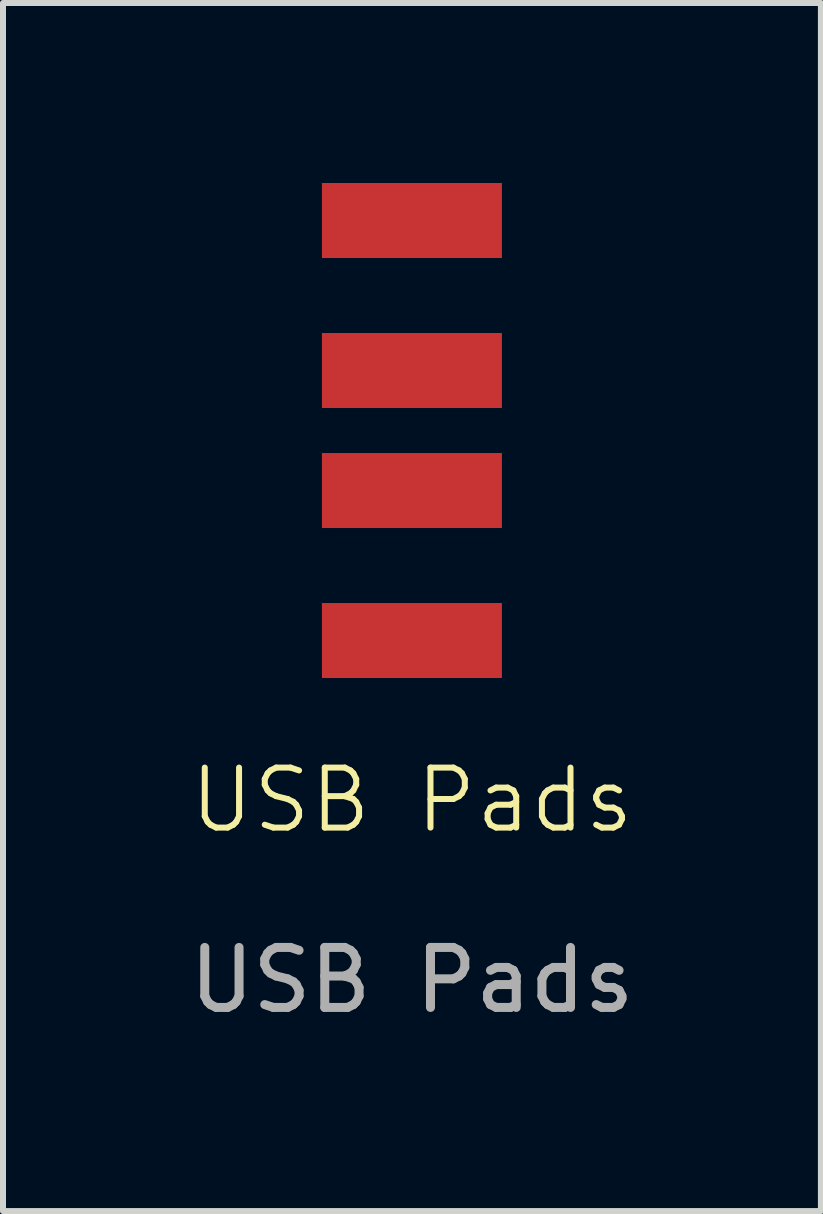
<source format=kicad_pcb>
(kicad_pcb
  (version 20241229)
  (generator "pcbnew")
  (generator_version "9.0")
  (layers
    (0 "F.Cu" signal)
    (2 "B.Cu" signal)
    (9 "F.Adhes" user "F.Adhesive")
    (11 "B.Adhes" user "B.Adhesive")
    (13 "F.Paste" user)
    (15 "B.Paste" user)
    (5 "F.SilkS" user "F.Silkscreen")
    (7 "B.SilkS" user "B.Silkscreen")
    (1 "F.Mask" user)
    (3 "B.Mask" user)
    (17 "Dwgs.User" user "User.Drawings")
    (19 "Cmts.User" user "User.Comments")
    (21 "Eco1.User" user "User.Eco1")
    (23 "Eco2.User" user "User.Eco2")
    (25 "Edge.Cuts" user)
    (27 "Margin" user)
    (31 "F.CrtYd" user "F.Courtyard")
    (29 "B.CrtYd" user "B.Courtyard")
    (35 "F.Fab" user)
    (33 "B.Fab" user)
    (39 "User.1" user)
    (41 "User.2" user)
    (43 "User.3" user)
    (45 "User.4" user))
  (footprint "USB Pads"
    (layer "F.Cu")
    (at 3.815 4.125)
    (property "Reference" "USB Pads" (at 0 6.16 0) (unlocked yes) (layer "F.SilkS") (effects (font (size 1 1) (thickness 0.1))))
    (attr smd)
    (fp_text user "${REFERENCE}" (at 0 9.16 0) (unlocked yes) (layer "F.Fab") (effects (font (size 1 1) (thickness 0.15))))
    (pad "1" smd rect (at 0 3.5 90) (size 1.25 3) (layers "F.Cu" "F.Mask" "F.Paste"))
    (pad "2" smd rect (at 0 1 90) (size 1.25 3) (layers "F.Cu" "F.Mask" "F.Paste"))
    (pad "3" smd rect (at 0 -1 90) (size 1.25 3) (layers "F.Cu" "F.Mask" "F.Paste"))
    (pad "4" smd rect (at 0 -3.5 90) (size 1.25 3) (layers "F.Cu" "F.Mask" "F.Paste")))
  (gr_rect
    (start -3 -3)
    (end 10.631 17.133)
    (stroke (width 0.1) (type default))
    (fill no)
    (layer "Edge.Cuts")))
</source>
